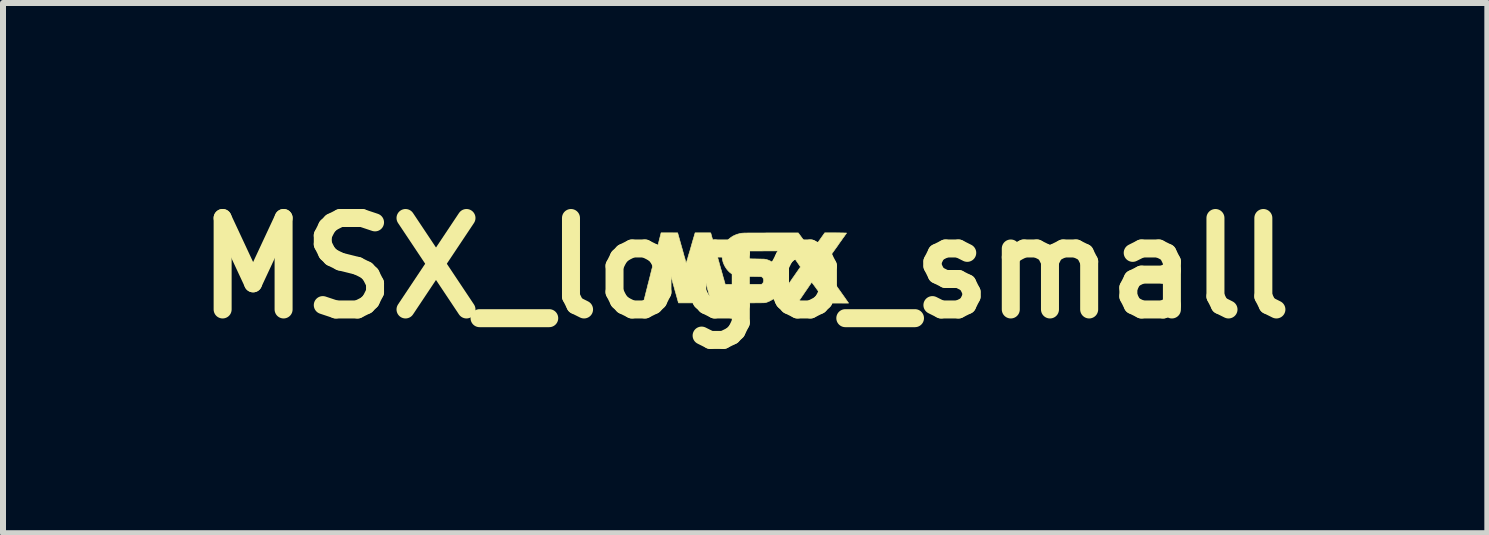
<source format=kicad_pcb>
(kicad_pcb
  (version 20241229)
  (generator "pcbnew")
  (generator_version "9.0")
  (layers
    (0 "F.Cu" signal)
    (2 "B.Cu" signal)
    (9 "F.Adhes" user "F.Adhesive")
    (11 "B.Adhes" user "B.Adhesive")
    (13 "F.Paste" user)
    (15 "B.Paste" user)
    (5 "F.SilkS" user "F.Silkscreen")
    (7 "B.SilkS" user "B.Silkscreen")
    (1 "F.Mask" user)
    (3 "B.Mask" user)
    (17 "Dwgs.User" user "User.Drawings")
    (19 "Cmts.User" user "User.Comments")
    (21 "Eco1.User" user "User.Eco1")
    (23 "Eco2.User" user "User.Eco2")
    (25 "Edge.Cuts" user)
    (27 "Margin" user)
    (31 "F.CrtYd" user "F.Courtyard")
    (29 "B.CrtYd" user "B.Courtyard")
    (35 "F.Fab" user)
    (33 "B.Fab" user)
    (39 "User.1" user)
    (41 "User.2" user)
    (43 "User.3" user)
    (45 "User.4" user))
  (footprint "MSX_logo_small"
    (layer "F.Cu")
    (at 9.369 1.418)
    (property "Reference" "MSX_logo_small" (at 0 0 0) (layer "F.SilkS") (effects (font (size 1.524 1.524) (thickness 0.3))))
    (attr through_hole)
    (fp_poly (pts (xy -1.263 -0.588) (xy -1.125 -0.587) (xy -1.056 -0.341) (xy -1.047 -0.311) (xy -1.039 -0.281) (xy -1.031 -0.253) (xy -1.024 -0.226) (xy -1.017 -0.201) (xy -1.01 -0.178) (xy -1.004 -0.157) (xy -0.999 -0.138) (xy -0.995 -0.122) (xy -0.991 -0.109) (xy -0.988 -0.098) (xy -0.986 -0.091) (xy -0.985 -0.087) (xy -0.985 -0.087) (xy -0.984 -0.086) (xy -0.984 -0.085) (xy -0.983 -0.085) (xy -0.983 -0.086) (xy -0.982 -0.088) (xy -0.981 -0.091) (xy -0.979 -0.095) (xy -0.977 -0.101) (xy -0.975 -0.108) (xy -0.972 -0.117) (xy -0.968 -0.129) (xy -0.964 -0.142) (xy -0.959 -0.158) (xy -0.954 -0.177) (xy -0.948 -0.198) (xy -0.941 -0.223) (xy -0.932 -0.251) (xy -0.923 -0.281) (xy -0.913 -0.316) (xy -0.911 -0.323) (xy -0.902 -0.354) (xy -0.894 -0.383) (xy -0.886 -0.411) (xy -0.878 -0.438) (xy -0.871 -0.463) (xy -0.864 -0.486) (xy -0.858 -0.507) (xy -0.852 -0.526) (xy -0.848 -0.542) (xy -0.844 -0.556) (xy -0.841 -0.566) (xy -0.838 -0.574) (xy -0.837 -0.578) (xy -0.837 -0.578) (xy -0.834 -0.588) (xy -0.704 -0.588) (xy -0.679 -0.588) (xy -0.657 -0.588) (xy -0.638 -0.588) (xy -0.622 -0.588) (xy -0.609 -0.588) (xy -0.599 -0.588) (xy -0.591 -0.588) (xy -0.585 -0.587) (xy -0.58 -0.587) (xy -0.577 -0.587) (xy -0.575 -0.586) (xy -0.574 -0.586) (xy -0.574 -0.585) (xy -0.574 -0.585) (xy -0.573 -0.583) (xy -0.571 -0.577) (xy -0.569 -0.568) (xy -0.565 -0.555) (xy -0.561 -0.54) (xy -0.556 -0.521) (xy -0.55 -0.5) (xy -0.543 -0.476) (xy -0.536 -0.45) (xy -0.528 -0.422) (xy -0.519 -0.392) (xy -0.51 -0.359) (xy -0.501 -0.325) (xy -0.491 -0.29) (xy -0.48 -0.253) (xy -0.47 -0.215) (xy -0.459 -0.176) (xy -0.456 -0.168) (xy -0.445 -0.129) (xy -0.434 -0.09) (xy -0.424 -0.053) (xy -0.414 -0.017) (xy -0.404 0.018) (xy -0.394 0.051) (xy -0.386 0.082) (xy -0.377 0.112) (xy -0.37 0.139) (xy -0.363 0.164) (xy -0.356 0.186) (xy -0.351 0.206) (xy -0.346 0.223) (xy -0.342 0.237) (xy -0.339 0.247) (xy -0.337 0.254) (xy -0.336 0.258) (xy -0.336 0.258) (xy -0.332 0.272) (xy -0.031 0.271) (xy 0.271 0.271) (xy 0.279 0.266) (xy 0.288 0.259) (xy 0.296 0.249) (xy 0.302 0.236) (xy 0.306 0.222) (xy 0.308 0.207) (xy 0.307 0.193) (xy 0.303 0.178) (xy 0.296 0.164) (xy 0.287 0.154) (xy 0.277 0.146) (xy 0.275 0.146) (xy 0.274 0.145) (xy 0.272 0.145) (xy 0.27 0.144) (xy 0.267 0.144) (xy 0.263 0.143) (xy 0.258 0.143) (xy 0.252 0.142) (xy 0.244 0.142) (xy 0.234 0.142) (xy 0.221 0.142) (xy 0.207 0.141) (xy 0.19 0.141) (xy 0.17 0.141) (xy 0.147 0.14) (xy 0.12 0.14) (xy 0.09 0.14) (xy 0.08 0.139) (xy 0.048 0.139) (xy 0.019 0.139) (xy -0.006 0.138) (xy -0.028 0.138) (xy -0.048 0.137) (xy -0.064 0.137) (xy -0.078 0.137) (xy -0.09 0.136) (xy -0.1 0.136) (xy -0.108 0.135) (xy -0.114 0.135) (xy -0.12 0.135) (xy -0.124 0.134) (xy -0.126 0.134) (xy -0.155 0.127) (xy -0.183 0.117) (xy -0.211 0.103) (xy -0.237 0.086) (xy -0.262 0.066) (xy -0.285 0.043) (xy -0.306 0.018) (xy -0.325 -0.009) (xy -0.342 -0.038) (xy -0.357 -0.07) (xy -0.369 -0.102) (xy -0.377 -0.136) (xy -0.378 -0.139) (xy -0.383 -0.173) (xy -0.386 -0.207) (xy -0.386 -0.242) (xy -0.383 -0.275) (xy -0.377 -0.307) (xy -0.369 -0.337) (xy -0.366 -0.346) (xy -0.352 -0.379) (xy -0.334 -0.41) (xy -0.313 -0.439) (xy -0.289 -0.466) (xy -0.263 -0.491) (xy -0.234 -0.513) (xy -0.203 -0.533) (xy -0.17 -0.549) (xy -0.135 -0.563) (xy -0.098 -0.573) (xy -0.093 -0.574) (xy -0.088 -0.576) (xy -0.083 -0.577) (xy -0.079 -0.578) (xy -0.074 -0.578) (xy -0.07 -0.579) (xy -0.065 -0.58) (xy -0.061 -0.581) (xy -0.055 -0.581) (xy -0.049 -0.582) (xy -0.043 -0.582) (xy -0.035 -0.583) (xy -0.026 -0.583) (xy -0.016 -0.584) (xy -0.004 -0.584) (xy 0.009 -0.584) (xy 0.024 -0.584) (xy 0.041 -0.585) (xy 0.061 -0.585) (xy 0.082 -0.585) (xy 0.106 -0.585) (xy 0.132 -0.585) (xy 0.161 -0.585) (xy 0.193 -0.585) (xy 0.228 -0.585) (xy 0.266 -0.585) (xy 0.307 -0.585) (xy 0.352 -0.586) (xy 0.401 -0.586) (xy 0.426 -0.586) (xy 0.885 -0.586) (xy 0.997 -0.434) (xy 1.013 -0.412) (xy 1.028 -0.392) (xy 1.042 -0.372) (xy 1.056 -0.354) (xy 1.068 -0.337) (xy 1.079 -0.323) (xy 1.089 -0.31) (xy 1.097 -0.299) (xy 1.103 -0.291) (xy 1.107 -0.286) (xy 1.11 -0.283) (xy 1.11 -0.283) (xy 1.111 -0.285) (xy 1.115 -0.289) (xy 1.12 -0.297) (xy 1.127 -0.307) (xy 1.136 -0.319) (xy 1.146 -0.333) (xy 1.158 -0.35) (xy 1.17 -0.368) (xy 1.184 -0.387) (xy 1.199 -0.407) (xy 1.214 -0.429) (xy 1.219 -0.436) (xy 1.327 -0.588) (xy 1.393 -0.588) (xy 1.415 -0.588) (xy 1.437 -0.588) (xy 1.461 -0.588) (xy 1.485 -0.588) (xy 1.509 -0.588) (xy 1.533 -0.587) (xy 1.556 -0.587) (xy 1.578 -0.587) (xy 1.6 -0.586) (xy 1.619 -0.586) (xy 1.637 -0.586) (xy 1.653 -0.585) (xy 1.666 -0.585) (xy 1.677 -0.585) (xy 1.685 -0.584) (xy 1.689 -0.584) (xy 1.69 -0.584) (xy 1.688 -0.582) (xy 1.685 -0.577) (xy 1.68 -0.57) (xy 1.673 -0.559) (xy 1.663 -0.547) (xy 1.653 -0.531) (xy 1.64 -0.514) (xy 1.626 -0.495) (xy 1.611 -0.473) (xy 1.595 -0.45) (xy 1.577 -0.426) (xy 1.559 -0.4) (xy 1.54 -0.372) (xy 1.52 -0.344) (xy 1.499 -0.315) (xy 1.493 -0.307) (xy 1.472 -0.277) (xy 1.451 -0.248) (xy 1.432 -0.221) (xy 1.413 -0.194) (xy 1.395 -0.169) (xy 1.378 -0.146) (xy 1.363 -0.124) (xy 1.349 -0.104) (xy 1.336 -0.085) (xy 1.324 -0.069) (xy 1.315 -0.056) (xy 1.307 -0.045) (xy 1.301 -0.036) (xy 1.297 -0.03) (xy 1.295 -0.028) (xy 1.295 -0.027) (xy 1.295 -0.026) (xy 1.296 -0.024) (xy 1.298 -0.02) (xy 1.301 -0.015) (xy 1.306 -0.009) (xy 1.311 -0.000306) (xy 1.318 0.01) (xy 1.327 0.022) (xy 1.336 0.036) (xy 1.348 0.052) (xy 1.361 0.071) (xy 1.375 0.092) (xy 1.392 0.115) (xy 1.41 0.141) (xy 1.43 0.169) (xy 1.453 0.201) (xy 1.477 0.235) (xy 1.503 0.273) (xy 1.508 0.279) (xy 1.53 0.31) (xy 1.551 0.34) (xy 1.572 0.369) (xy 1.592 0.397) (xy 1.61 0.423) (xy 1.628 0.448) (xy 1.645 0.472) (xy 1.66 0.493) (xy 1.674 0.513) (xy 1.686 0.531) (xy 1.697 0.546) (xy 1.706 0.559) (xy 1.713 0.569) (xy 1.719 0.577) (xy 1.722 0.582) (xy 1.723 0.583) (xy 1.723 0.583) (xy 1.721 0.584) (xy 1.716 0.584) (xy 1.708 0.584) (xy 1.696 0.584) (xy 1.683 0.584) (xy 1.668 0.584) (xy 1.651 0.584) (xy 1.646 0.584) (xy 1.627 0.584) (xy 1.606 0.583) (xy 1.582 0.583) (xy 1.557 0.583) (xy 1.531 0.583) (xy 1.505 0.583) (xy 1.481 0.583) (xy 1.464 0.583) (xy 1.361 0.582) (xy 1.236 0.408) (xy 1.216 0.38) (xy 1.198 0.355) (xy 1.182 0.333) (xy 1.168 0.313) (xy 1.155 0.296) (xy 1.145 0.282) (xy 1.136 0.27) (xy 1.128 0.26) (xy 1.122 0.252) (xy 1.117 0.246) (xy 1.114 0.241) (xy 1.111 0.238) (xy 1.109 0.237) (xy 1.109 0.237) (xy 1.109 0.237) (xy 1.107 0.239) (xy 1.104 0.244) (xy 1.098 0.251) (xy 1.091 0.262) (xy 1.083 0.274) (xy 1.072 0.289) (xy 1.061 0.306) (xy 1.048 0.325) (xy 1.034 0.345) (xy 1.02 0.366) (xy 1.004 0.388) (xy 0.991 0.408) (xy 0.975 0.431) (xy 0.96 0.454) (xy 0.945 0.475) (xy 0.932 0.495) (xy 0.919 0.513) (xy 0.908 0.529) (xy 0.898 0.544) (xy 0.889 0.556) (xy 0.882 0.566) (xy 0.877 0.574) (xy 0.874 0.578) (xy 0.873 0.58) (xy 0.872 0.58) (xy 0.869 0.581) (xy 0.864 0.581) (xy 0.858 0.581) (xy 0.849 0.581) (xy 0.838 0.582) (xy 0.825 0.582) (xy 0.809 0.582) (xy 0.789 0.582) (xy 0.767 0.582) (xy 0.741 0.582) (xy 0.712 0.582) (xy 0.686 0.582) (xy 0.502 0.581) (xy 0.712 0.281) (xy 0.734 0.251) (xy 0.755 0.221) (xy 0.775 0.192) (xy 0.794 0.164) (xy 0.813 0.138) (xy 0.83 0.113) (xy 0.846 0.09) (xy 0.861 0.068) (xy 0.875 0.049) (xy 0.887 0.031) (xy 0.897 0.016) (xy 0.906 0.004) (xy 0.913 -0.006) (xy 0.918 -0.014) (xy 0.921 -0.018) (xy 0.922 -0.02) (xy 0.921 -0.021) (xy 0.918 -0.026) (xy 0.913 -0.033) (xy 0.906 -0.043) (xy 0.898 -0.056) (xy 0.888 -0.07) (xy 0.877 -0.086) (xy 0.865 -0.103) (xy 0.852 -0.122) (xy 0.838 -0.142) (xy 0.831 -0.153) (xy 0.739 -0.286) (xy 0.353 -0.286) (xy 0.306 -0.286) (xy 0.263 -0.285) (xy 0.224 -0.285) (xy 0.188 -0.285) (xy 0.155 -0.285) (xy 0.126 -0.285) (xy 0.1 -0.285) (xy 0.076 -0.285) (xy 0.055 -0.285) (xy 0.037 -0.285) (xy 0.021 -0.284) (xy 0.007 -0.284) (xy -0.005 -0.284) (xy -0.015 -0.284) (xy -0.023 -0.284) (xy -0.03 -0.283) (xy -0.035 -0.283) (xy -0.039 -0.283) (xy -0.042 -0.283) (xy -0.044 -0.282) (xy -0.044 -0.282) (xy -0.057 -0.277) (xy -0.068 -0.269) (xy -0.076 -0.258) (xy -0.082 -0.246) (xy -0.086 -0.233) (xy -0.087 -0.219) (xy -0.086 -0.206) (xy -0.082 -0.193) (xy -0.075 -0.181) (xy -0.066 -0.17) (xy -0.06 -0.166) (xy -0.054 -0.162) (xy -0.047 -0.159) (xy -0.045 -0.158) (xy -0.042 -0.158) (xy -0.035 -0.157) (xy -0.025 -0.157) (xy -0.011 -0.157) (xy 0.006 -0.156) (xy 0.025 -0.156) (xy 0.048 -0.155) (xy 0.073 -0.155) (xy 0.1 -0.154) (xy 0.13 -0.153) (xy 0.137 -0.153) (xy 0.163 -0.153) (xy 0.188 -0.152) (xy 0.212 -0.152) (xy 0.235 -0.151) (xy 0.256 -0.151) (xy 0.275 -0.15) (xy 0.291 -0.15) (xy 0.305 -0.15) (xy 0.315 -0.149) (xy 0.323 -0.149) (xy 0.326 -0.148) (xy 0.357 -0.142) (xy 0.387 -0.132) (xy 0.417 -0.119) (xy 0.446 -0.103) (xy 0.474 -0.084) (xy 0.5 -0.062) (xy 0.525 -0.038) (xy 0.547 -0.012) (xy 0.559 0.006) (xy 0.578 0.037) (xy 0.594 0.07) (xy 0.606 0.104) (xy 0.614 0.139) (xy 0.619 0.175) (xy 0.619 0.183) (xy 0.62 0.223) (xy 0.618 0.262) (xy 0.611 0.299) (xy 0.601 0.335) (xy 0.588 0.37) (xy 0.571 0.403) (xy 0.565 0.412) (xy 0.544 0.441) (xy 0.521 0.469) (xy 0.494 0.494) (xy 0.465 0.516) (xy 0.433 0.536) (xy 0.4 0.553) (xy 0.366 0.567) (xy 0.339 0.575) (xy 0.337 0.575) (xy 0.335 0.576) (xy 0.333 0.576) (xy 0.331 0.576) (xy 0.328 0.577) (xy 0.324 0.577) (xy 0.32 0.577) (xy 0.314 0.578) (xy 0.308 0.578) (xy 0.3 0.578) (xy 0.291 0.578) (xy 0.28 0.578) (xy 0.267 0.579) (xy 0.252 0.579) (xy 0.236 0.579) (xy 0.217 0.579) (xy 0.195 0.579) (xy 0.172 0.579) (xy 0.145 0.58) (xy 0.116 0.58) (xy 0.083 0.58) (xy 0.048 0.58) (xy 0.009 0.58) (xy -0.034 0.58) (xy -0.08 0.581) (xy -0.12 0.581) (xy -0.161 0.581) (xy -0.201 0.581) (xy -0.241 0.581) (xy -0.278 0.581) (xy -0.314 0.582) (xy -0.349 0.582) (xy -0.381 0.582) (xy -0.412 0.582) (xy -0.44 0.582) (xy -0.466 0.582) (xy -0.489 0.582) (xy -0.509 0.582) (xy -0.526 0.582) (xy -0.541 0.582) (xy -0.552 0.582) (xy -0.559 0.582) (xy -0.563 0.582) (xy -0.564 0.582) (xy -0.564 0.58) (xy -0.566 0.575) (xy -0.568 0.566) (xy -0.571 0.554) (xy -0.575 0.539) (xy -0.58 0.521) (xy -0.586 0.501) (xy -0.592 0.479) (xy -0.598 0.454) (xy -0.605 0.428) (xy -0.613 0.4) (xy -0.62 0.371) (xy -0.629 0.341) (xy -0.634 0.32) (xy -0.642 0.289) (xy -0.65 0.259) (xy -0.658 0.231) (xy -0.665 0.203) (xy -0.672 0.178) (xy -0.679 0.154) (xy -0.684 0.133) (xy -0.689 0.113) (xy -0.694 0.097) (xy -0.698 0.083) (xy -0.701 0.072) (xy -0.703 0.064) (xy -0.704 0.06) (xy -0.704 0.059) (xy -0.705 0.06) (xy -0.707 0.064) (xy -0.707 0.066) (xy -0.708 0.069) (xy -0.71 0.075) (xy -0.712 0.085) (xy -0.715 0.097) (xy -0.72 0.113) (xy -0.725 0.131) (xy -0.73 0.152) (xy -0.736 0.174) (xy -0.743 0.199) (xy -0.75 0.226) (xy -0.757 0.254) (xy -0.765 0.283) (xy -0.773 0.313) (xy -0.775 0.321) (xy -0.784 0.352) (xy -0.791 0.381) (xy -0.799 0.409) (xy -0.806 0.436) (xy -0.813 0.461) (xy -0.819 0.484) (xy -0.825 0.505) (xy -0.83 0.524) (xy -0.834 0.54) (xy -0.837 0.554) (xy -0.84 0.564) (xy -0.842 0.571) (xy -0.843 0.575) (xy -0.843 0.575) (xy -0.844 0.58) (xy -1.111 0.58) (xy -1.125 0.531) (xy -1.128 0.522) (xy -1.131 0.51) (xy -1.135 0.495) (xy -1.14 0.477) (xy -1.146 0.457) (xy -1.152 0.434) (xy -1.159 0.409) (xy -1.167 0.383) (xy -1.174 0.356) (xy -1.182 0.328) (xy -1.19 0.299) (xy -1.198 0.271) (xy -1.206 0.243) (xy -1.213 0.217) (xy -1.221 0.191) (xy -1.227 0.168) (xy -1.234 0.146) (xy -1.239 0.126) (xy -1.244 0.108) (xy -1.249 0.093) (xy -1.252 0.081) (xy -1.255 0.072) (xy -1.257 0.066) (xy -1.258 0.063) (xy -1.258 0.063) (xy -1.259 0.065) (xy -1.26 0.071) (xy -1.262 0.08) (xy -1.265 0.092) (xy -1.269 0.107) (xy -1.274 0.125) (xy -1.279 0.145) (xy -1.284 0.168) (xy -1.29 0.193) (xy -1.297 0.219) (xy -1.304 0.247) (xy -1.311 0.276) (xy -1.319 0.307) (xy -1.323 0.323) (xy -1.386 0.581) (xy -1.541 0.581) (xy -1.565 0.58) (xy -1.588 0.58) (xy -1.61 0.58) (xy -1.629 0.58) (xy -1.647 0.58) (xy -1.663 0.58) (xy -1.676 0.579) (xy -1.686 0.579) (xy -1.693 0.579) (xy -1.696 0.579) (xy -1.696 0.579) (xy -1.696 0.577) (xy -1.694 0.571) (xy -1.692 0.562) (xy -1.689 0.55) (xy -1.685 0.534) (xy -1.681 0.515) (xy -1.675 0.493) (xy -1.669 0.469) (xy -1.662 0.442) (xy -1.655 0.413) (xy -1.647 0.381) (xy -1.638 0.347) (xy -1.629 0.311) (xy -1.62 0.273) (xy -1.609 0.233) (xy -1.599 0.192) (xy -1.588 0.149) (xy -1.577 0.105) (xy -1.566 0.059) (xy -1.554 0.013) (xy -1.55 -0.001) (xy -1.538 -0.048) (xy -1.527 -0.093) (xy -1.515 -0.138) (xy -1.504 -0.181) (xy -1.494 -0.223) (xy -1.483 -0.263) (xy -1.474 -0.302) (xy -1.464 -0.339) (xy -1.455 -0.374) (xy -1.447 -0.406) (xy -1.439 -0.437) (xy -1.432 -0.465) (xy -1.426 -0.49) (xy -1.42 -0.513) (xy -1.415 -0.532) (xy -1.411 -0.549) (xy -1.407 -0.563) (xy -1.405 -0.573) (xy -1.403 -0.58) (xy -1.402 -0.583) (xy -1.402 -0.584) (xy -1.401 -0.588) (xy -1.263 -0.588)) (stroke (width 0.01) (type solid)) (fill yes) (layer "F.SilkS")))
  (gr_rect
    (start -3 -3)
    (end 21.738 5.836)
    (stroke (width 0.1) (type default))
    (fill no)
    (layer "Edge.Cuts")))
</source>
